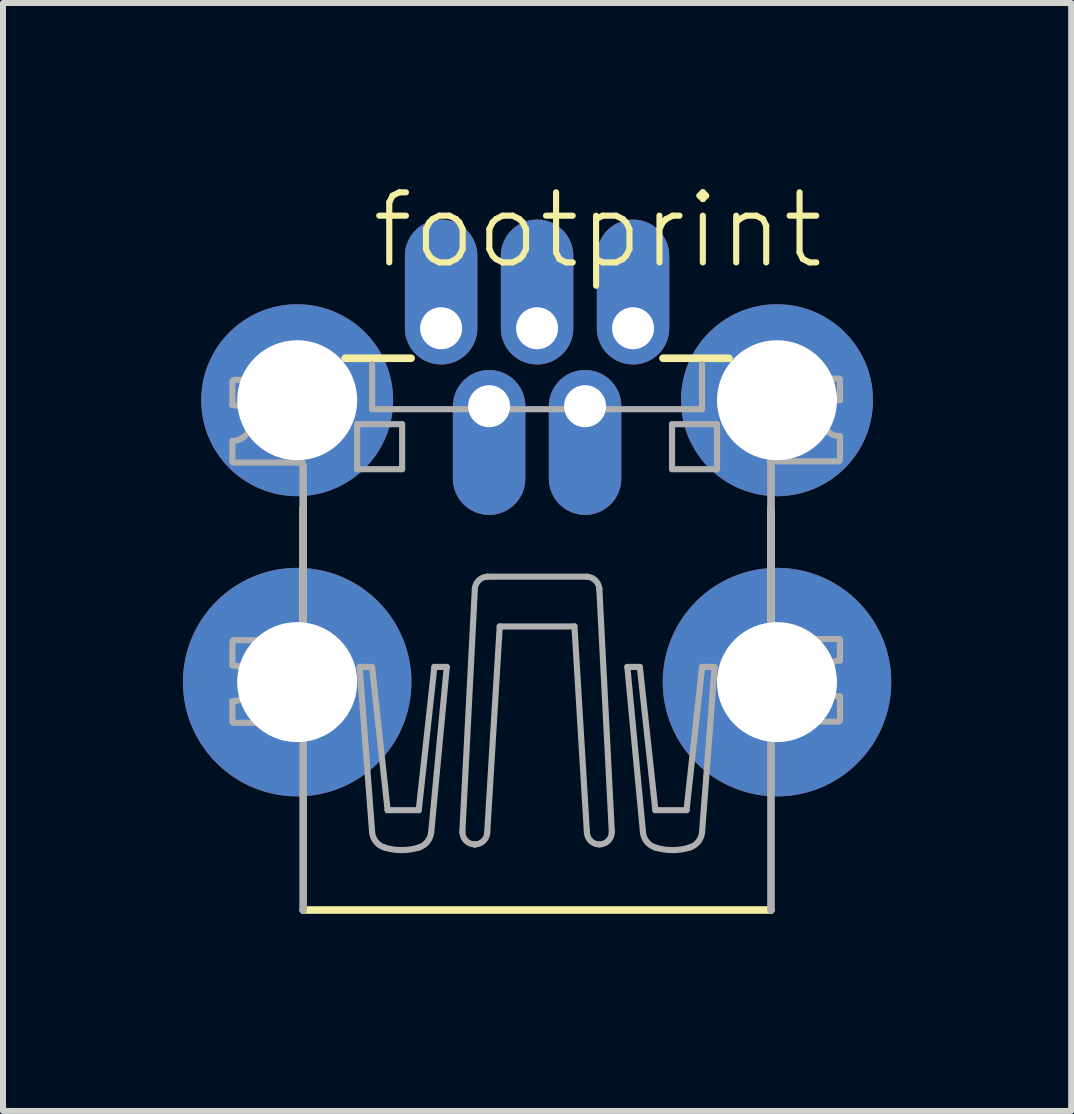
<source format=kicad_pcb>
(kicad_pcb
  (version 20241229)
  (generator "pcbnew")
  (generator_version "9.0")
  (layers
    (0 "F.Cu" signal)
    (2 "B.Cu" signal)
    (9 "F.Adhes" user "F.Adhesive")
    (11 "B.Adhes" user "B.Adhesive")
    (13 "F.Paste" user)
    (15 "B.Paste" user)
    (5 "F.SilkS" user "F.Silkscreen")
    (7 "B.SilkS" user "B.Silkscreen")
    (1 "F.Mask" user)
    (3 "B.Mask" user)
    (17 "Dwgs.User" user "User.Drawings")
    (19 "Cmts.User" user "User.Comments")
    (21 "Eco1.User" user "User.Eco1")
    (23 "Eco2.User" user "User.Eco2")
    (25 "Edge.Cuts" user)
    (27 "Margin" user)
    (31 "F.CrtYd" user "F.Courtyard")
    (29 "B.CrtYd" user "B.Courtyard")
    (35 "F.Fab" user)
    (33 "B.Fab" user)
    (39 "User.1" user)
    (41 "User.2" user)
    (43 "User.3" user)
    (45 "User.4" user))
  (footprint "footprint"
    (layer "F.Cu")
    (at 5.905 12.223)
    (property "Reference" "footprint" (at -2.81 -10.75 0) (layer "F.SilkS") (effects (font (size 1.168 1.168) (thickness 0.102)) (justify left bottom)))
    (fp_line (start -3.9 -4.1) (end -3.9 -6.8) (stroke (width 0.127) (type solid)) (layer "F.SilkS"))
    (fp_line (start -3.9 -0.1) (end 3.9 -0.1) (stroke (width 0.127) (type solid)) (layer "F.SilkS"))
    (fp_line (start -3.2 -9.3) (end -2.1 -9.3) (stroke (width 0.127) (type solid)) (layer "F.SilkS"))
    (fp_line (start -1.038 -1.194) (end -1.038 -1.194) (stroke (width 0.102) (type solid)) (layer "F.SilkS"))
    (fp_line (start 2.1 -9.3) (end 3.2 -9.3) (stroke (width 0.127) (type solid)) (layer "F.SilkS"))
    (fp_line (start 3.9 -6.8) (end 3.9 -4.7) (stroke (width 0.127) (type solid)) (layer "F.SilkS"))
    (fp_line (start -5.08 -8.92) (end -5.08 -8.52) (stroke (width 0.102) (type solid)) (layer "F.Fab"))
    (fp_line (start -5.08 -7.57) (end -5.08 -7.92) (stroke (width 0.102) (type solid)) (layer "F.Fab"))
    (fp_line (start -5.08 -4.58) (end -5.08 -4.18) (stroke (width 0.102) (type solid)) (layer "F.Fab"))
    (fp_line (start -5.08 -3.23) (end -5.08 -3.58) (stroke (width 0.102) (type solid)) (layer "F.Fab"))
    (fp_line (start -5.06 -8.939) (end -3.91 -8.939) (stroke (width 0.102) (type solid)) (layer "F.Fab"))
    (fp_line (start -5.06 -4.599) (end -3.91 -4.599) (stroke (width 0.102) (type solid)) (layer "F.Fab"))
    (fp_line (start -3.91 -7.561) (end -5.06 -7.561) (stroke (width 0.102) (type solid)) (layer "F.Fab"))
    (fp_line (start -3.91 -3.221) (end -5.06 -3.221) (stroke (width 0.102) (type solid)) (layer "F.Fab"))
    (fp_line (start -3.9 -9.3) (end -3.9 -8.95) (stroke (width 0.127) (type solid)) (layer "F.Fab"))
    (fp_line (start -3.9 -4.61) (end -3.9 -7.51) (stroke (width 0.127) (type solid)) (layer "F.Fab"))
    (fp_line (start -3.9 -0.1) (end -3.9 -3.2) (stroke (width 0.127) (type solid)) (layer "F.Fab"))
    (fp_line (start -3 -8.2) (end -2.25 -8.2) (stroke (width 0.102) (type solid)) (layer "F.Fab"))
    (fp_line (start -3 -7.45) (end -3 -8.2) (stroke (width 0.102) (type solid)) (layer "F.Fab"))
    (fp_line (start -2.959 -4.153) (end -2.751 -1.401) (stroke (width 0.102) (type solid)) (layer "F.Fab"))
    (fp_line (start -2.751 -4.153) (end -2.959 -4.153) (stroke (width 0.102) (type solid)) (layer "F.Fab"))
    (fp_line (start -2.75 -9.2) (end -2.75 -8.45) (stroke (width 0.102) (type solid)) (layer "F.Fab"))
    (fp_line (start -2.75 -8.45) (end 2.75 -8.45) (stroke (width 0.102) (type solid)) (layer "F.Fab"))
    (fp_line (start -2.492 -1.765) (end -2.751 -4.153) (stroke (width 0.102) (type solid)) (layer "F.Fab"))
    (fp_line (start -2.25 -8.2) (end -2.25 -7.45) (stroke (width 0.102) (type solid)) (layer "F.Fab"))
    (fp_line (start -2.25 -7.45) (end -3 -7.45) (stroke (width 0.102) (type solid)) (layer "F.Fab"))
    (fp_line (start -1.973 -1.765) (end -2.492 -1.765) (stroke (width 0.102) (type solid)) (layer "F.Fab"))
    (fp_line (start -1.765 -1.401) (end -1.506 -4.153) (stroke (width 0.102) (type solid)) (layer "F.Fab"))
    (fp_line (start -1.713 -4.153) (end -1.973 -1.765) (stroke (width 0.102) (type solid)) (layer "F.Fab"))
    (fp_line (start -1.506 -4.153) (end -1.713 -4.153) (stroke (width 0.102) (type solid)) (layer "F.Fab"))
    (fp_line (start -1.246 -1.402) (end -1.038 -5.451) (stroke (width 0.102) (type solid)) (layer "F.Fab"))
    (fp_line (start -0.831 -1.401) (end -0.623 -4.828) (stroke (width 0.102) (type solid)) (layer "F.Fab"))
    (fp_line (start 0.623 -4.828) (end -0.623 -4.828) (stroke (width 0.102) (type solid)) (layer "F.Fab"))
    (fp_line (start 0.83 -5.658) (end -0.831 -5.658) (stroke (width 0.102) (type solid)) (layer "F.Fab"))
    (fp_line (start 0.83 -1.401) (end 0.623 -4.828) (stroke (width 0.102) (type solid)) (layer "F.Fab"))
    (fp_line (start 1.246 -1.402) (end 1.038 -5.451) (stroke (width 0.102) (type solid)) (layer "F.Fab"))
    (fp_line (start 1.505 -4.153) (end 1.713 -4.153) (stroke (width 0.102) (type solid)) (layer "F.Fab"))
    (fp_line (start 1.713 -4.153) (end 1.972 -1.765) (stroke (width 0.102) (type solid)) (layer "F.Fab"))
    (fp_line (start 1.765 -1.401) (end 1.505 -4.153) (stroke (width 0.102) (type solid)) (layer "F.Fab"))
    (fp_line (start 1.972 -1.765) (end 2.492 -1.765) (stroke (width 0.102) (type solid)) (layer "F.Fab"))
    (fp_line (start 2.25 -8.2) (end 2.25 -7.45) (stroke (width 0.102) (type solid)) (layer "F.Fab"))
    (fp_line (start 2.25 -7.45) (end 3 -7.45) (stroke (width 0.102) (type solid)) (layer "F.Fab"))
    (fp_line (start 2.492 -1.765) (end 2.751 -4.153) (stroke (width 0.102) (type solid)) (layer "F.Fab"))
    (fp_line (start 2.75 -8.45) (end 2.75 -9.2) (stroke (width 0.102) (type solid)) (layer "F.Fab"))
    (fp_line (start 2.751 -4.153) (end 2.959 -4.153) (stroke (width 0.102) (type solid)) (layer "F.Fab"))
    (fp_line (start 2.959 -4.153) (end 2.751 -1.401) (stroke (width 0.102) (type solid)) (layer "F.Fab"))
    (fp_line (start 3 -8.2) (end 2.25 -8.2) (stroke (width 0.102) (type solid)) (layer "F.Fab"))
    (fp_line (start 3 -7.45) (end 3 -8.2) (stroke (width 0.102) (type solid)) (layer "F.Fab"))
    (fp_line (start 3.88 -8.959) (end 5.03 -8.959) (stroke (width 0.102) (type solid)) (layer "F.Fab"))
    (fp_line (start 3.88 -4.619) (end 5.03 -4.619) (stroke (width 0.102) (type solid)) (layer "F.Fab"))
    (fp_line (start 3.9 -9.3) (end 3.9 -9) (stroke (width 0.127) (type solid)) (layer "F.Fab"))
    (fp_line (start 3.9 -4.66) (end 3.9 -7.56) (stroke (width 0.127) (type solid)) (layer "F.Fab"))
    (fp_line (start 3.9 -0.1) (end 3.9 -3.2) (stroke (width 0.127) (type solid)) (layer "F.Fab"))
    (fp_line (start 5.03 -7.581) (end 3.88 -7.581) (stroke (width 0.102) (type solid)) (layer "F.Fab"))
    (fp_line (start 5.03 -3.241) (end 3.88 -3.241) (stroke (width 0.102) (type solid)) (layer "F.Fab"))
    (fp_line (start 5.05 -8.95) (end 5.05 -8.6) (stroke (width 0.102) (type solid)) (layer "F.Fab"))
    (fp_line (start 5.05 -7.6) (end 5.05 -8) (stroke (width 0.102) (type solid)) (layer "F.Fab"))
    (fp_line (start 5.05 -4.61) (end 5.05 -4.26) (stroke (width 0.102) (type solid)) (layer "F.Fab"))
    (fp_line (start 5.05 -3.26) (end 5.05 -3.66) (stroke (width 0.102) (type solid)) (layer "F.Fab"))
    (fp_arc (start -5.08 -8.52) (mid -4.78 -8.22) (end -5.08 -7.92) (stroke (width 0.1016) (type solid)) (layer "F.Fab"))
    (fp_arc (start -5.08 -4.18) (mid -4.78 -3.88) (end -5.08 -3.58) (stroke (width 0.1016) (type solid)) (layer "F.Fab"))
    (fp_arc (start -2.543801 -1.141999) (mid -2.68766 -1.239703) (end -2.7514 -1.4015) (stroke (width 0.1016) (type solid)) (layer "F.Fab"))
    (fp_arc (start -1.972701 -1.142) (mid -2.25825 -1.099198) (end -2.5438 -1.142) (stroke (width 0.1016) (type solid)) (layer "F.Fab"))
    (fp_arc (start -1.7651 -1.401498) (mid -1.828841 -1.239702) (end -1.9727 -1.142) (stroke (width 0.1016) (type solid)) (layer "F.Fab"))
    (fp_arc (start -1.0383 -5.4508) (mid -0.974176 -5.594346) (end -0.830599 -5.658401) (stroke (width 0.1016) (type solid)) (layer "F.Fab"))
    (fp_arc (start -1.0383 -1.1939) (mid -1.185095 -1.254705) (end -1.2459 -1.4015) (stroke (width 0.1016) (type solid)) (layer "F.Fab"))
    (fp_arc (start -0.8306 -1.4015) (mid -0.891405 -1.254705) (end -1.0382 -1.1939) (stroke (width 0.1016) (type solid)) (layer "F.Fab"))
    (fp_arc (start 0.830398 -5.6584) (mid 0.97395 -5.594321) (end 1.0381 -5.4508) (stroke (width 0.1016) (type solid)) (layer "F.Fab"))
    (fp_arc (start 1.038 -1.1939) (mid 0.891205 -1.254705) (end 0.8304 -1.4015) (stroke (width 0.1016) (type solid)) (layer "F.Fab"))
    (fp_arc (start 1.2457 -1.4015) (mid 1.184895 -1.254705) (end 1.0381 -1.1939) (stroke (width 0.1016) (type solid)) (layer "F.Fab"))
    (fp_arc (start 1.9725 -1.142) (mid 1.828642 -1.239702) (end 1.7649 -1.401498) (stroke (width 0.1016) (type solid)) (layer "F.Fab"))
    (fp_arc (start 2.5436 -1.142) (mid 2.25805 -1.099197) (end 1.972501 -1.142) (stroke (width 0.1016) (type solid)) (layer "F.Fab"))
    (fp_arc (start 2.7512 -1.4015) (mid 2.687459 -1.239703) (end 2.543601 -1.141999) (stroke (width 0.1016) (type solid)) (layer "F.Fab"))
    (fp_arc (start 5.05 -8) (mid 4.75 -8.3) (end 5.05 -8.6) (stroke (width 0.1016) (type solid)) (layer "F.Fab"))
    (fp_arc (start 5.05 -3.66) (mid 4.75 -3.96) (end 5.05 -4.26) (stroke (width 0.1016) (type solid)) (layer "F.Fab"))
    (pad "D+" thru_hole oval (at 0 -9.8 90) (size 2.416 1.208) (drill 0.7 (offset 0.604 0)) (layers "*.Cu" "*.Mask"))
    (pad "D-" thru_hole oval (at -0.8 -8.5 270) (size 2.416 1.208) (drill 0.7 (offset 0.604 0)) (layers "*.Cu" "*.Mask"))
    (pad "GND" thru_hole oval (at 1.6 -9.8 90) (size 2.416 1.208) (drill 0.7 (offset 0.604 0)) (layers "*.Cu" "*.Mask"))
    (pad "GND1" thru_hole circle (at -4 -3.9) (size 3.81 3.81) (drill 2) (layers "*.Cu" "*.Mask"))
    (pad "GND2" thru_hole circle (at -4 -8.6) (size 3.2 3.2) (drill 2) (layers "*.Cu" "*.Mask"))
    (pad "GND3" thru_hole circle (at 4 -8.6) (size 3.2 3.2) (drill 2) (layers "*.Cu" "*.Mask"))
    (pad "GND4" thru_hole circle (at 4 -3.9) (size 3.81 3.81) (drill 2) (layers "*.Cu" "*.Mask"))
    (pad "ID" thru_hole oval (at 0.8 -8.5 270) (size 2.416 1.208) (drill 0.7 (offset 0.604 0)) (layers "*.Cu" "*.Mask"))
    (pad "VBUS" thru_hole oval (at -1.6 -9.8 90) (size 2.416 1.208) (drill 0.7 (offset 0.604 0)) (layers "*.Cu" "*.Mask")))
  (gr_rect
    (start -3 -3)
    (end 14.81 15.473)
    (stroke (width 0.1) (type default))
    (fill no)
    (layer "Edge.Cuts")))
</source>
